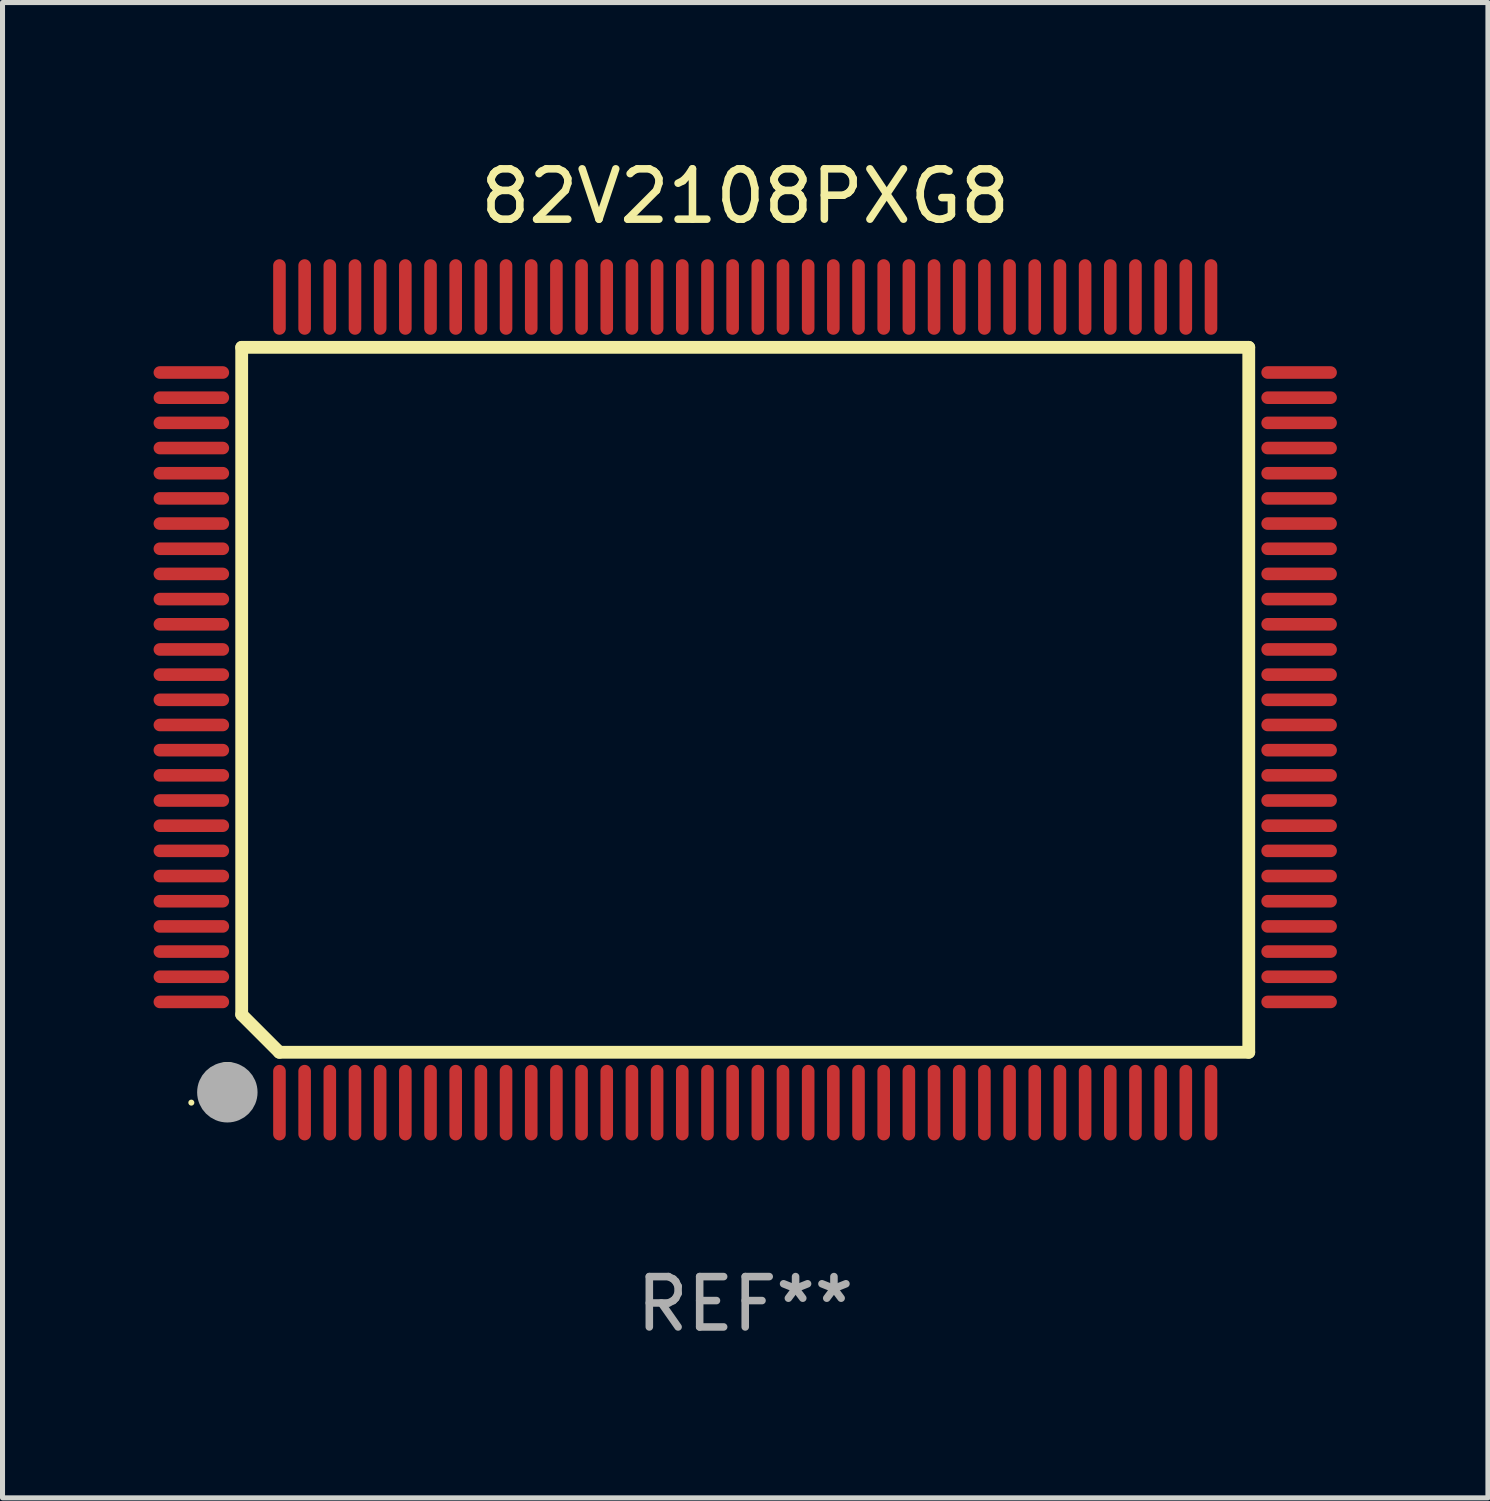
<source format=kicad_pcb>
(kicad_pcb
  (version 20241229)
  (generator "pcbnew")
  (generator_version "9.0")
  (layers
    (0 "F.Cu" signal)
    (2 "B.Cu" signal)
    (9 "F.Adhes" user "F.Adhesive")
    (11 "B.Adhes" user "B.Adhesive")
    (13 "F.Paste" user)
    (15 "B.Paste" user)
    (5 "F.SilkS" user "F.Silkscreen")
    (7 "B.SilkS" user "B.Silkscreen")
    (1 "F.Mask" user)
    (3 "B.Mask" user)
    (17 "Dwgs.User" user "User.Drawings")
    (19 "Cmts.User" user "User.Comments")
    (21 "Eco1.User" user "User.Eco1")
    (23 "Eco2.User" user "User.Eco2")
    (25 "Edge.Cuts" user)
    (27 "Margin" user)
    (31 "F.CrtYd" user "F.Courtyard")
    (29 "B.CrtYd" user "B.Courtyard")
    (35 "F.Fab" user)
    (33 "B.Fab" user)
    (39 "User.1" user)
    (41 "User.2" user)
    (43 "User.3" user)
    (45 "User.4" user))
  (footprint "82V2108PXG8"
    (layer "F.Cu")
    (at 11.75 10.848)
    (property "Reference" "82V2108PXG8" (at 0 -10 0) (layer "F.SilkS") (effects (font (size 1 1) (thickness 0.15))))
    (attr through_hole)
    (fp_line (start -10 -7) (end -10 6.25) (stroke (width 0.254) (type solid)) (layer "F.SilkS"))
    (fp_line (start -10 -7) (end 10 -7) (stroke (width 0.254) (type solid)) (layer "F.SilkS"))
    (fp_line (start -9.252 7) (end -10 6.252) (stroke (width 0.254) (type solid)) (layer "F.SilkS"))
    (fp_line (start 10 -7) (end 10 7) (stroke (width 0.254) (type solid)) (layer "F.SilkS"))
    (fp_line (start 10 7) (end -9.252 7) (stroke (width 0.254) (type solid)) (layer "F.SilkS"))
    (fp_arc (start -10.287021 7.493015) (mid -10.284481 7.493004) (end -10.281941 7.493015) (stroke (width 0.6) (type solid)) (layer "F.SilkS"))
    (fp_circle (center -11 8) (end -10.97 8) (stroke (width 0.06) (type solid)) (fill no) (layer "F.SilkS"))
    (fp_circle (center -10.285 7.794) (end -9.985 7.794) (stroke (width 0.6) (type solid)) (fill no) (layer "F.Fab"))
    (fp_text user "REF**" (at 0 12 0) (layer "F.Fab") (effects (font (size 1 1) (thickness 0.15))))
    (pad "1" smd oval (at -9.25 8) (size 0.25 1.5) (layers "F.Cu" "F.Mask" "F.Paste"))
    (pad "2" smd oval (at -8.75 8) (size 0.25 1.5) (layers "F.Cu" "F.Mask" "F.Paste"))
    (pad "3" smd oval (at -8.25 8) (size 0.25 1.5) (layers "F.Cu" "F.Mask" "F.Paste"))
    (pad "4" smd oval (at -7.75 8) (size 0.25 1.5) (layers "F.Cu" "F.Mask" "F.Paste"))
    (pad "5" smd oval (at -7.25 8) (size 0.25 1.5) (layers "F.Cu" "F.Mask" "F.Paste"))
    (pad "6" smd oval (at -6.75 8) (size 0.25 1.5) (layers "F.Cu" "F.Mask" "F.Paste"))
    (pad "7" smd oval (at -6.25 8) (size 0.25 1.5) (layers "F.Cu" "F.Mask" "F.Paste"))
    (pad "8" smd oval (at -5.75 8) (size 0.25 1.5) (layers "F.Cu" "F.Mask" "F.Paste"))
    (pad "9" smd oval (at -5.25 8) (size 0.25 1.5) (layers "F.Cu" "F.Mask" "F.Paste"))
    (pad "10" smd oval (at -4.75 8) (size 0.25 1.5) (layers "F.Cu" "F.Mask" "F.Paste"))
    (pad "11" smd oval (at -4.25 8) (size 0.25 1.5) (layers "F.Cu" "F.Mask" "F.Paste"))
    (pad "12" smd oval (at -3.75 8) (size 0.25 1.5) (layers "F.Cu" "F.Mask" "F.Paste"))
    (pad "13" smd oval (at -3.25 8) (size 0.25 1.5) (layers "F.Cu" "F.Mask" "F.Paste"))
    (pad "14" smd oval (at -2.75 8) (size 0.25 1.5) (layers "F.Cu" "F.Mask" "F.Paste"))
    (pad "15" smd oval (at -2.25 8) (size 0.25 1.5) (layers "F.Cu" "F.Mask" "F.Paste"))
    (pad "16" smd oval (at -1.75 8) (size 0.25 1.5) (layers "F.Cu" "F.Mask" "F.Paste"))
    (pad "17" smd oval (at -1.25 8) (size 0.25 1.5) (layers "F.Cu" "F.Mask" "F.Paste"))
    (pad "18" smd oval (at -0.75 8) (size 0.25 1.5) (layers "F.Cu" "F.Mask" "F.Paste"))
    (pad "19" smd oval (at -0.25 8) (size 0.25 1.5) (layers "F.Cu" "F.Mask" "F.Paste"))
    (pad "20" smd oval (at 0.25 8) (size 0.25 1.5) (layers "F.Cu" "F.Mask" "F.Paste"))
    (pad "21" smd oval (at 0.75 8) (size 0.25 1.5) (layers "F.Cu" "F.Mask" "F.Paste"))
    (pad "22" smd oval (at 1.25 8) (size 0.25 1.5) (layers "F.Cu" "F.Mask" "F.Paste"))
    (pad "23" smd oval (at 1.75 8) (size 0.25 1.5) (layers "F.Cu" "F.Mask" "F.Paste"))
    (pad "24" smd oval (at 2.25 8) (size 0.25 1.5) (layers "F.Cu" "F.Mask" "F.Paste"))
    (pad "25" smd oval (at 2.75 8) (size 0.25 1.5) (layers "F.Cu" "F.Mask" "F.Paste"))
    (pad "26" smd oval (at 3.25 8) (size 0.25 1.5) (layers "F.Cu" "F.Mask" "F.Paste"))
    (pad "27" smd oval (at 3.75 8) (size 0.25 1.5) (layers "F.Cu" "F.Mask" "F.Paste"))
    (pad "28" smd oval (at 4.25 8) (size 0.25 1.5) (layers "F.Cu" "F.Mask" "F.Paste"))
    (pad "29" smd oval (at 4.75 8) (size 0.25 1.5) (layers "F.Cu" "F.Mask" "F.Paste"))
    (pad "30" smd oval (at 5.25 8) (size 0.25 1.5) (layers "F.Cu" "F.Mask" "F.Paste"))
    (pad "31" smd oval (at 5.75 8) (size 0.25 1.5) (layers "F.Cu" "F.Mask" "F.Paste"))
    (pad "32" smd oval (at 6.25 8) (size 0.25 1.5) (layers "F.Cu" "F.Mask" "F.Paste"))
    (pad "33" smd oval (at 6.75 8 180) (size 0.25 1.5) (layers "F.Cu" "F.Mask" "F.Paste"))
    (pad "34" smd oval (at 7.25 8 180) (size 0.25 1.5) (layers "F.Cu" "F.Mask" "F.Paste"))
    (pad "35" smd oval (at 7.75 8 180) (size 0.25 1.5) (layers "F.Cu" "F.Mask" "F.Paste"))
    (pad "36" smd oval (at 8.25 8 180) (size 0.25 1.5) (layers "F.Cu" "F.Mask" "F.Paste"))
    (pad "37" smd oval (at 8.75 8 180) (size 0.25 1.5) (layers "F.Cu" "F.Mask" "F.Paste"))
    (pad "38" smd oval (at 9.25 8 180) (size 0.25 1.5) (layers "F.Cu" "F.Mask" "F.Paste"))
    (pad "39" smd oval (at 11 6 270) (size 0.25 1.5) (layers "F.Cu" "F.Mask" "F.Paste"))
    (pad "40" smd oval (at 11 5.5 270) (size 0.25 1.5) (layers "F.Cu" "F.Mask" "F.Paste"))
    (pad "41" smd oval (at 11 5 270) (size 0.25 1.5) (layers "F.Cu" "F.Mask" "F.Paste"))
    (pad "42" smd oval (at 11 4.5 270) (size 0.25 1.5) (layers "F.Cu" "F.Mask" "F.Paste"))
    (pad "43" smd oval (at 11 4 270) (size 0.25 1.5) (layers "F.Cu" "F.Mask" "F.Paste"))
    (pad "44" smd oval (at 11 3.5 270) (size 0.25 1.5) (layers "F.Cu" "F.Mask" "F.Paste"))
    (pad "45" smd oval (at 11 3 270) (size 0.25 1.5) (layers "F.Cu" "F.Mask" "F.Paste"))
    (pad "46" smd oval (at 11 2.5 270) (size 0.25 1.5) (layers "F.Cu" "F.Mask" "F.Paste"))
    (pad "47" smd oval (at 11 2 270) (size 0.25 1.5) (layers "F.Cu" "F.Mask" "F.Paste"))
    (pad "48" smd oval (at 11 1.5 270) (size 0.25 1.5) (layers "F.Cu" "F.Mask" "F.Paste"))
    (pad "49" smd oval (at 11 1 270) (size 0.25 1.5) (layers "F.Cu" "F.Mask" "F.Paste"))
    (pad "50" smd oval (at 11 0.5 270) (size 0.25 1.5) (layers "F.Cu" "F.Mask" "F.Paste"))
    (pad "51" smd oval (at 11 0 270) (size 0.25 1.5) (layers "F.Cu" "F.Mask" "F.Paste"))
    (pad "52" smd oval (at 11 -0.5 270) (size 0.25 1.5) (layers "F.Cu" "F.Mask" "F.Paste"))
    (pad "53" smd oval (at 11 -1 270) (size 0.25 1.5) (layers "F.Cu" "F.Mask" "F.Paste"))
    (pad "54" smd oval (at 11 -1.5 270) (size 0.25 1.5) (layers "F.Cu" "F.Mask" "F.Paste"))
    (pad "55" smd oval (at 11 -2 270) (size 0.25 1.5) (layers "F.Cu" "F.Mask" "F.Paste"))
    (pad "56" smd oval (at 11 -2.5 270) (size 0.25 1.5) (layers "F.Cu" "F.Mask" "F.Paste"))
    (pad "57" smd oval (at 11 -3 270) (size 0.25 1.5) (layers "F.Cu" "F.Mask" "F.Paste"))
    (pad "58" smd oval (at 11 -3.5 270) (size 0.25 1.5) (layers "F.Cu" "F.Mask" "F.Paste"))
    (pad "59" smd oval (at 11 -4 270) (size 0.25 1.5) (layers "F.Cu" "F.Mask" "F.Paste"))
    (pad "60" smd oval (at 11 -4.5 270) (size 0.25 1.5) (layers "F.Cu" "F.Mask" "F.Paste"))
    (pad "61" smd oval (at 11 -5 270) (size 0.25 1.5) (layers "F.Cu" "F.Mask" "F.Paste"))
    (pad "62" smd oval (at 11 -5.5 270) (size 0.25 1.5) (layers "F.Cu" "F.Mask" "F.Paste"))
    (pad "63" smd oval (at 11 -6 270) (size 0.25 1.5) (layers "F.Cu" "F.Mask" "F.Paste"))
    (pad "64" smd oval (at 11 -6.5 270) (size 0.25 1.5) (layers "F.Cu" "F.Mask" "F.Paste"))
    (pad "65" smd oval (at 9.25 -8 180) (size 0.25 1.5) (layers "F.Cu" "F.Mask" "F.Paste"))
    (pad "66" smd oval (at 8.75 -8 180) (size 0.25 1.5) (layers "F.Cu" "F.Mask" "F.Paste"))
    (pad "67" smd oval (at 8.25 -8 180) (size 0.25 1.5) (layers "F.Cu" "F.Mask" "F.Paste"))
    (pad "68" smd oval (at 7.75 -8 180) (size 0.25 1.5) (layers "F.Cu" "F.Mask" "F.Paste"))
    (pad "69" smd oval (at 7.25 -8 180) (size 0.25 1.5) (layers "F.Cu" "F.Mask" "F.Paste"))
    (pad "70" smd oval (at 6.75 -8 180) (size 0.25 1.5) (layers "F.Cu" "F.Mask" "F.Paste"))
    (pad "71" smd oval (at 6.25 -8 180) (size 0.25 1.5) (layers "F.Cu" "F.Mask" "F.Paste"))
    (pad "72" smd oval (at 5.75 -8 180) (size 0.25 1.5) (layers "F.Cu" "F.Mask" "F.Paste"))
    (pad "73" smd oval (at 5.25 -8 180) (size 0.25 1.5) (layers "F.Cu" "F.Mask" "F.Paste"))
    (pad "74" smd oval (at 4.75 -8 180) (size 0.25 1.5) (layers "F.Cu" "F.Mask" "F.Paste"))
    (pad "75" smd oval (at 4.25 -8 180) (size 0.25 1.5) (layers "F.Cu" "F.Mask" "F.Paste"))
    (pad "76" smd oval (at 3.75 -8 180) (size 0.25 1.5) (layers "F.Cu" "F.Mask" "F.Paste"))
    (pad "77" smd oval (at 3.25 -8 180) (size 0.25 1.5) (layers "F.Cu" "F.Mask" "F.Paste"))
    (pad "78" smd oval (at 2.75 -8 180) (size 0.25 1.5) (layers "F.Cu" "F.Mask" "F.Paste"))
    (pad "79" smd oval (at 2.25 -8 180) (size 0.25 1.5) (layers "F.Cu" "F.Mask" "F.Paste"))
    (pad "80" smd oval (at 1.75 -8 180) (size 0.25 1.5) (layers "F.Cu" "F.Mask" "F.Paste"))
    (pad "81" smd oval (at 1.25 -8 180) (size 0.25 1.5) (layers "F.Cu" "F.Mask" "F.Paste"))
    (pad "82" smd oval (at 0.75 -8 180) (size 0.25 1.5) (layers "F.Cu" "F.Mask" "F.Paste"))
    (pad "83" smd oval (at 0.25 -8 180) (size 0.25 1.5) (layers "F.Cu" "F.Mask" "F.Paste"))
    (pad "84" smd oval (at -0.25 -8 180) (size 0.25 1.5) (layers "F.Cu" "F.Mask" "F.Paste"))
    (pad "85" smd oval (at -0.75 -8 180) (size 0.25 1.5) (layers "F.Cu" "F.Mask" "F.Paste"))
    (pad "86" smd oval (at -1.25 -8 180) (size 0.25 1.5) (layers "F.Cu" "F.Mask" "F.Paste"))
    (pad "87" smd oval (at -1.75 -8 180) (size 0.25 1.5) (layers "F.Cu" "F.Mask" "F.Paste"))
    (pad "88" smd oval (at -2.25 -8 180) (size 0.25 1.5) (layers "F.Cu" "F.Mask" "F.Paste"))
    (pad "89" smd oval (at -2.75 -8 180) (size 0.25 1.5) (layers "F.Cu" "F.Mask" "F.Paste"))
    (pad "90" smd oval (at -3.25 -8 180) (size 0.25 1.5) (layers "F.Cu" "F.Mask" "F.Paste"))
    (pad "91" smd oval (at -3.75 -8 180) (size 0.25 1.5) (layers "F.Cu" "F.Mask" "F.Paste"))
    (pad "92" smd oval (at -4.25 -8 180) (size 0.25 1.5) (layers "F.Cu" "F.Mask" "F.Paste"))
    (pad "93" smd oval (at -4.75 -8 180) (size 0.25 1.5) (layers "F.Cu" "F.Mask" "F.Paste"))
    (pad "94" smd oval (at -5.25 -8 180) (size 0.25 1.5) (layers "F.Cu" "F.Mask" "F.Paste"))
    (pad "95" smd oval (at -5.75 -8 180) (size 0.25 1.5) (layers "F.Cu" "F.Mask" "F.Paste"))
    (pad "96" smd oval (at -6.25 -8 180) (size 0.25 1.5) (layers "F.Cu" "F.Mask" "F.Paste"))
    (pad "97" smd oval (at -6.75 -8 180) (size 0.25 1.5) (layers "F.Cu" "F.Mask" "F.Paste"))
    (pad "98" smd oval (at -7.25 -8 180) (size 0.25 1.5) (layers "F.Cu" "F.Mask" "F.Paste"))
    (pad "99" smd oval (at -7.75 -8 180) (size 0.25 1.5) (layers "F.Cu" "F.Mask" "F.Paste"))
    (pad "100" smd oval (at -8.25 -8 180) (size 0.25 1.5) (layers "F.Cu" "F.Mask" "F.Paste"))
    (pad "101" smd oval (at -8.75 -8 180) (size 0.25 1.5) (layers "F.Cu" "F.Mask" "F.Paste"))
    (pad "102" smd oval (at -9.25 -8) (size 0.25 1.5) (layers "F.Cu" "F.Mask" "F.Paste"))
    (pad "103" smd oval (at -11 -6.5 270) (size 0.25 1.5) (layers "F.Cu" "F.Mask" "F.Paste"))
    (pad "104" smd oval (at -11 -6 270) (size 0.25 1.5) (layers "F.Cu" "F.Mask" "F.Paste"))
    (pad "105" smd oval (at -11 -5.5 270) (size 0.25 1.5) (layers "F.Cu" "F.Mask" "F.Paste"))
    (pad "106" smd oval (at -11 -5 270) (size 0.25 1.5) (layers "F.Cu" "F.Mask" "F.Paste"))
    (pad "107" smd oval (at -11 -4.5 270) (size 0.25 1.5) (layers "F.Cu" "F.Mask" "F.Paste"))
    (pad "108" smd oval (at -11 -4 270) (size 0.25 1.5) (layers "F.Cu" "F.Mask" "F.Paste"))
    (pad "109" smd oval (at -11 -3.5 270) (size 0.25 1.5) (layers "F.Cu" "F.Mask" "F.Paste"))
    (pad "110" smd oval (at -11 -3 270) (size 0.25 1.5) (layers "F.Cu" "F.Mask" "F.Paste"))
    (pad "111" smd oval (at -11 -2.5 270) (size 0.25 1.5) (layers "F.Cu" "F.Mask" "F.Paste"))
    (pad "112" smd oval (at -11 -2 270) (size 0.25 1.5) (layers "F.Cu" "F.Mask" "F.Paste"))
    (pad "113" smd oval (at -11 -1.5 270) (size 0.25 1.5) (layers "F.Cu" "F.Mask" "F.Paste"))
    (pad "114" smd oval (at -11 -1 270) (size 0.25 1.5) (layers "F.Cu" "F.Mask" "F.Paste"))
    (pad "115" smd oval (at -11 -0.5 270) (size 0.25 1.5) (layers "F.Cu" "F.Mask" "F.Paste"))
    (pad "116" smd oval (at -11 0 270) (size 0.25 1.5) (layers "F.Cu" "F.Mask" "F.Paste"))
    (pad "117" smd oval (at -11 0.5 270) (size 0.25 1.5) (layers "F.Cu" "F.Mask" "F.Paste"))
    (pad "118" smd oval (at -11 1 270) (size 0.25 1.5) (layers "F.Cu" "F.Mask" "F.Paste"))
    (pad "119" smd oval (at -11 1.5 270) (size 0.25 1.5) (layers "F.Cu" "F.Mask" "F.Paste"))
    (pad "120" smd oval (at -11 2 270) (size 0.25 1.5) (layers "F.Cu" "F.Mask" "F.Paste"))
    (pad "121" smd oval (at -11 2.5 270) (size 0.25 1.5) (layers "F.Cu" "F.Mask" "F.Paste"))
    (pad "122" smd oval (at -11 3 270) (size 0.25 1.5) (layers "F.Cu" "F.Mask" "F.Paste"))
    (pad "123" smd oval (at -11 3.5 270) (size 0.25 1.5) (layers "F.Cu" "F.Mask" "F.Paste"))
    (pad "124" smd oval (at -11 4 270) (size 0.25 1.5) (layers "F.Cu" "F.Mask" "F.Paste"))
    (pad "125" smd oval (at -11 4.5 270) (size 0.25 1.5) (layers "F.Cu" "F.Mask" "F.Paste"))
    (pad "126" smd oval (at -11 5 270) (size 0.25 1.5) (layers "F.Cu" "F.Mask" "F.Paste"))
    (pad "127" smd oval (at -11 5.5 270) (size 0.25 1.5) (layers "F.Cu" "F.Mask" "F.Paste"))
    (pad "128" smd oval (at -11 6 270) (size 0.25 1.5) (layers "F.Cu" "F.Mask" "F.Paste")))
  (gr_rect
    (start -3 -3)
    (end 26.5 26.697)
    (stroke (width 0.1) (type default))
    (fill no)
    (layer "Edge.Cuts")))
</source>
